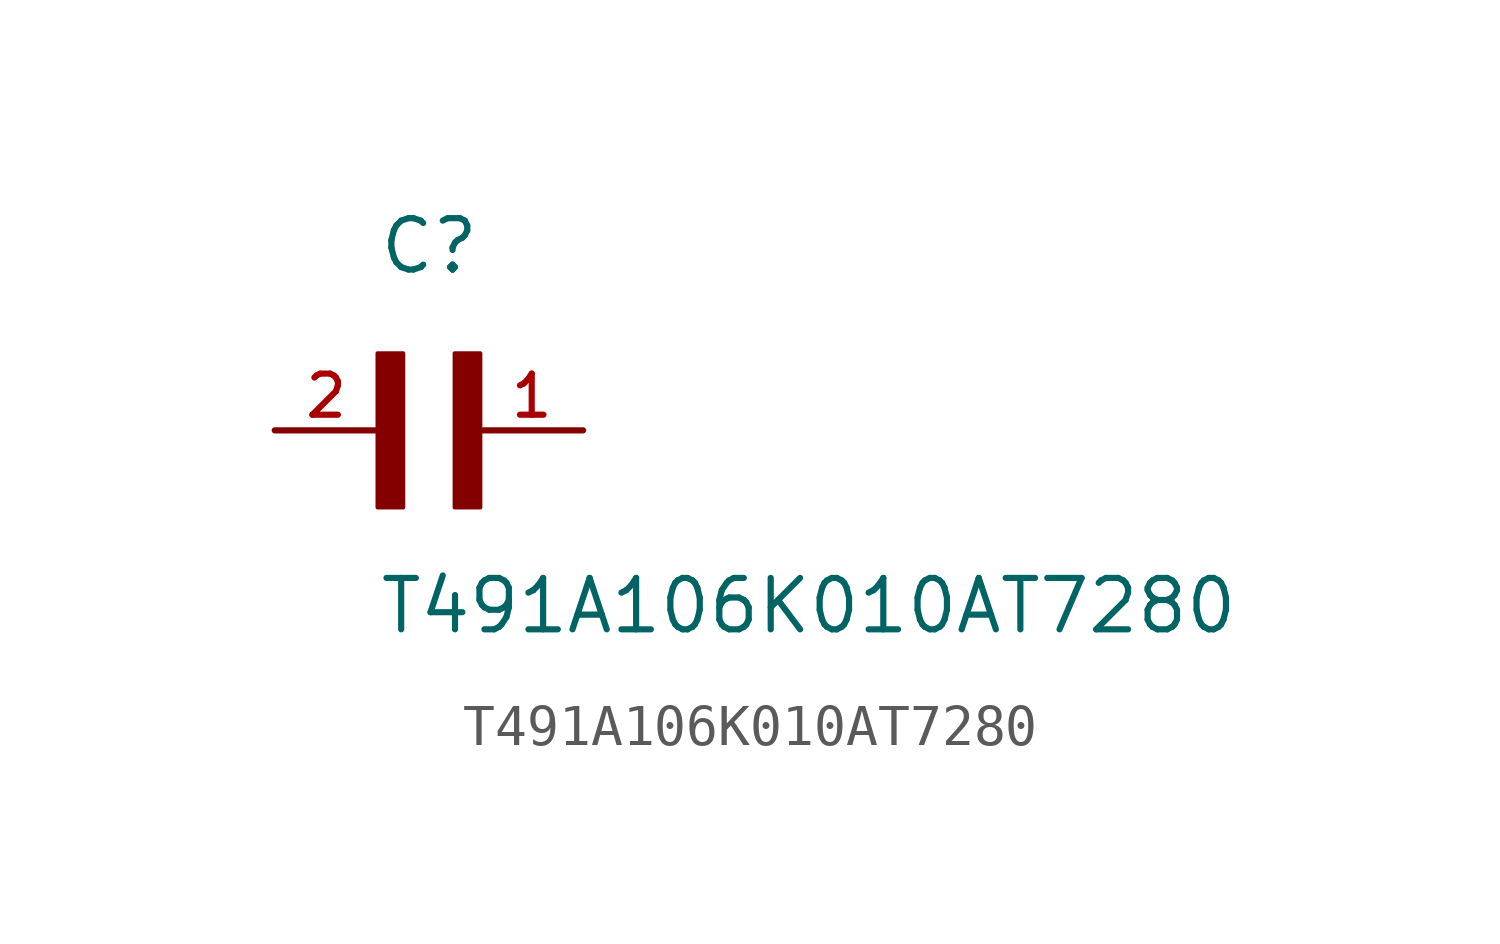
<source format=kicad_sym>
(kicad_symbol_lib
  (version 20211014)
  (generator kicad_symbol_editor)
  (symbol "T491A106K010AT7280"
    (pin_names
      (offset 1.016))
    (property "Reference" "C"
      (at 0.0 3.81 0)
      (effects (font (size 1.27 1.27)) (justify bottom left)))
    (property "Value" "T491A106K010AT7280"
      (at 0.0 -5.08 0)
      (effects (font (size 1.27 1.27)) (justify bottom left)))
    (symbol "T491A106K010AT7280_0_0"
      (rectangle (start 0.0 -1.905) (end 0.635 1.905) (stroke (width 0.1)) (fill (type outline)))
      (rectangle (start 1.905 -1.905) (end 2.54 1.905) (stroke (width 0.1)) (fill (type outline)))
      (pin passive line (at 5.08 0.0 180.0) (length 2.54) (name "~" (effects (font (size 1.016 1.016)))) (number "1" (effects (font (size 1.016 1.016)))))
      (pin passive line (at -2.54 0.0 0) (length 2.54) (name "~" (effects (font (size 1.016 1.016)))) (number "2" (effects (font (size 1.016 1.016))))))))
</source>
